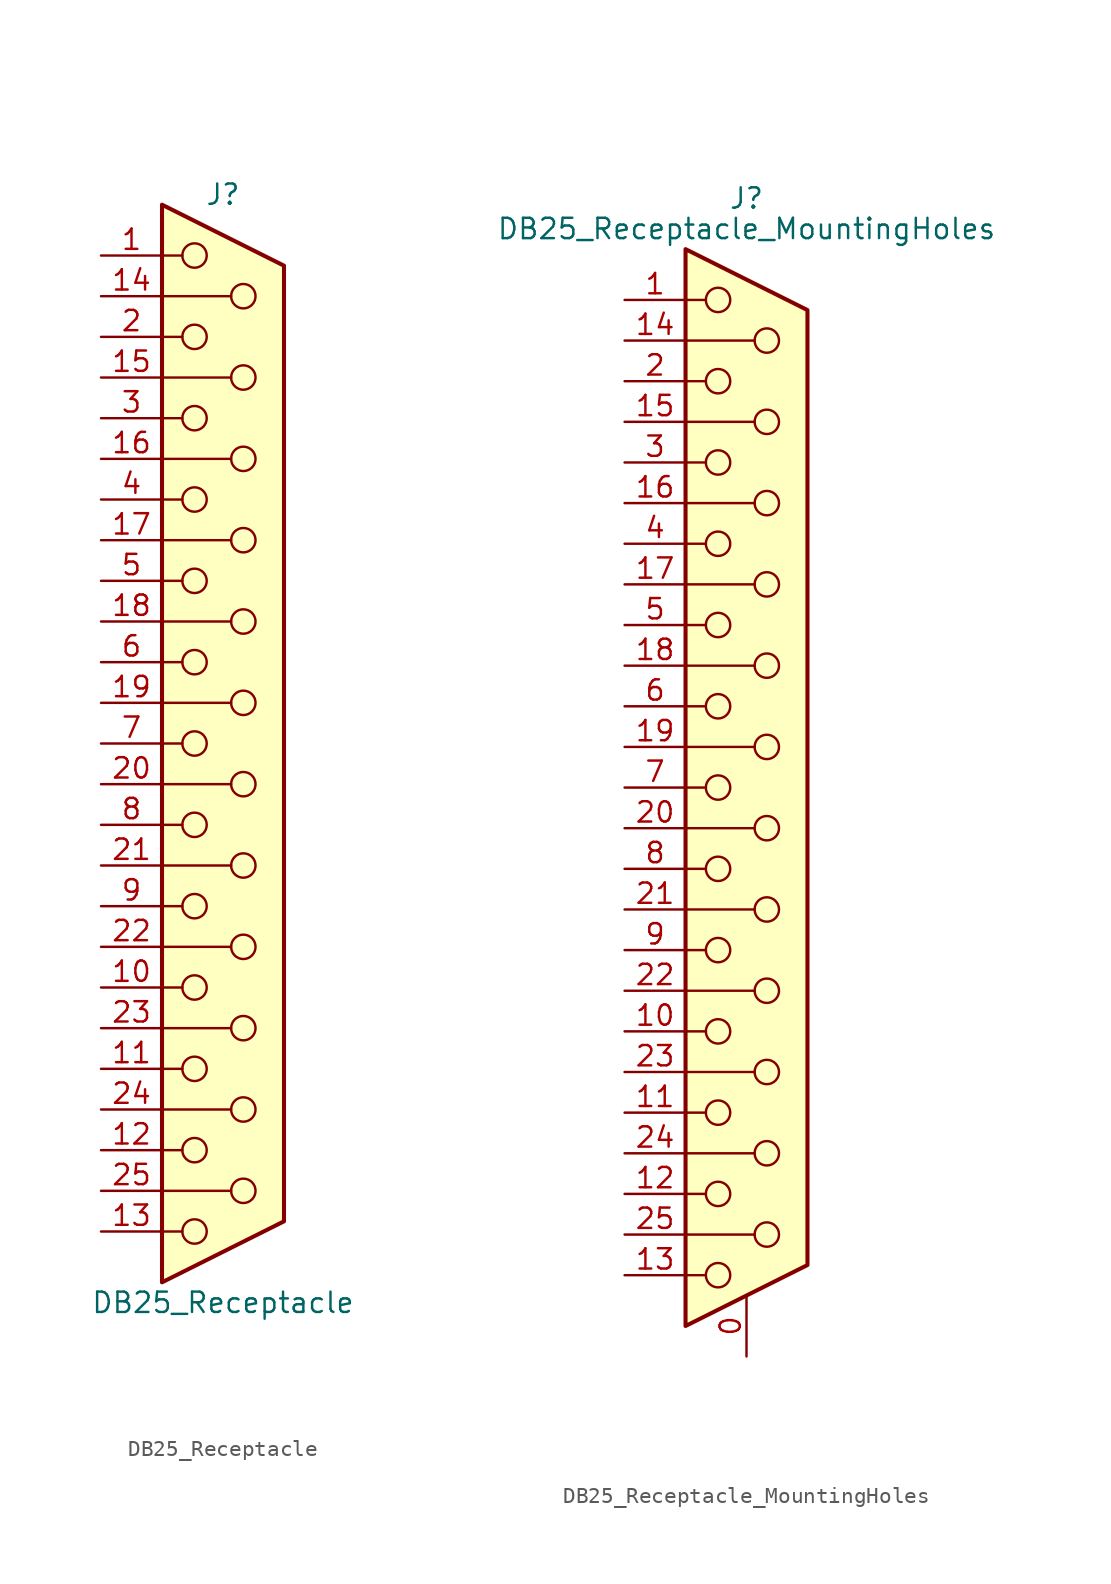
<source format=kicad_sym>
(kicad_symbol_lib
  (version 20220914)
  (generator kicad_symbol_editor)
  (symbol "DB25_Receptacle"
    (pin_names
      (offset 1.016) hide)
    (property "Reference" "J"
      (at 0 34.29 0)
      (effects (font (size 1.27 1.27))))
    (property "Value" "DB25_Receptacle"
      (at 0 -34.925 0)
      (effects (font (size 1.27 1.27))))
    (symbol "DB25_Receptacle_0_1"
      (circle (center -1.778 -30.48) (radius 0.762) (stroke (width 0) (type default)) (fill (type none)))
      (circle (center -1.778 -25.4) (radius 0.762) (stroke (width 0) (type default)) (fill (type none)))
      (circle (center -1.778 -20.32) (radius 0.762) (stroke (width 0) (type default)) (fill (type none)))
      (circle (center -1.778 -15.24) (radius 0.762) (stroke (width 0) (type default)) (fill (type none)))
      (circle (center -1.778 -10.16) (radius 0.762) (stroke (width 0) (type default)) (fill (type none)))
      (circle (center -1.778 -5.08) (radius 0.762) (stroke (width 0) (type default)) (fill (type none)))
      (circle (center -1.778 0) (radius 0.762) (stroke (width 0) (type default)) (fill (type none)))
      (circle (center -1.778 5.08) (radius 0.762) (stroke (width 0) (type default)) (fill (type none)))
      (circle (center -1.778 10.16) (radius 0.762) (stroke (width 0) (type default)) (fill (type none)))
      (circle (center -1.778 15.24) (radius 0.762) (stroke (width 0) (type default)) (fill (type none)))
      (circle (center -1.778 20.32) (radius 0.762) (stroke (width 0) (type default)) (fill (type none)))
      (circle (center -1.778 25.4) (radius 0.762) (stroke (width 0) (type default)) (fill (type none)))
      (circle (center -1.778 30.48) (radius 0.762) (stroke (width 0) (type default)) (fill (type none)))
      (polyline (pts (xy -3.81 -30.48) (xy -2.54 -30.48)) (stroke (width 0) (type default)) (fill (type none)))
      (polyline (pts (xy -3.81 -27.94) (xy 0.508 -27.94)) (stroke (width 0) (type default)) (fill (type none)))
      (polyline (pts (xy -3.81 -25.4) (xy -2.54 -25.4)) (stroke (width 0) (type default)) (fill (type none)))
      (polyline (pts (xy -3.81 -22.86) (xy 0.508 -22.86)) (stroke (width 0) (type default)) (fill (type none)))
      (polyline (pts (xy -3.81 -20.32) (xy -2.54 -20.32)) (stroke (width 0) (type default)) (fill (type none)))
      (polyline (pts (xy -3.81 -17.78) (xy 0.508 -17.78)) (stroke (width 0) (type default)) (fill (type none)))
      (polyline (pts (xy -3.81 -15.24) (xy -2.54 -15.24)) (stroke (width 0) (type default)) (fill (type none)))
      (polyline (pts (xy -3.81 -12.7) (xy 0.508 -12.7)) (stroke (width 0) (type default)) (fill (type none)))
      (polyline (pts (xy -3.81 -10.16) (xy -2.54 -10.16)) (stroke (width 0) (type default)) (fill (type none)))
      (polyline (pts (xy -3.81 -7.62) (xy 0.508 -7.62)) (stroke (width 0) (type default)) (fill (type none)))
      (polyline (pts (xy -3.81 -5.08) (xy -2.54 -5.08)) (stroke (width 0) (type default)) (fill (type none)))
      (polyline (pts (xy -3.81 -2.54) (xy 0.508 -2.54)) (stroke (width 0) (type default)) (fill (type none)))
      (polyline (pts (xy -3.81 0) (xy -2.54 0)) (stroke (width 0) (type default)) (fill (type none)))
      (polyline (pts (xy -3.81 2.54) (xy 0.508 2.54)) (stroke (width 0) (type default)) (fill (type none)))
      (polyline (pts (xy -3.81 5.08) (xy -2.54 5.08)) (stroke (width 0) (type default)) (fill (type none)))
      (polyline (pts (xy -3.81 7.62) (xy 0.508 7.62)) (stroke (width 0) (type default)) (fill (type none)))
      (polyline (pts (xy -3.81 10.16) (xy -2.54 10.16)) (stroke (width 0) (type default)) (fill (type none)))
      (polyline (pts (xy -3.81 12.7) (xy 0.508 12.7)) (stroke (width 0) (type default)) (fill (type none)))
      (polyline (pts (xy -3.81 15.24) (xy -2.54 15.24)) (stroke (width 0) (type default)) (fill (type none)))
      (polyline (pts (xy -3.81 17.78) (xy 0.508 17.78)) (stroke (width 0) (type default)) (fill (type none)))
      (polyline (pts (xy -3.81 20.32) (xy -2.54 20.32)) (stroke (width 0) (type default)) (fill (type none)))
      (polyline (pts (xy -3.81 22.86) (xy 0.508 22.86)) (stroke (width 0) (type default)) (fill (type none)))
      (polyline (pts (xy -3.81 25.4) (xy -2.54 25.4)) (stroke (width 0) (type default)) (fill (type none)))
      (polyline (pts (xy -3.81 27.94) (xy 0.508 27.94)) (stroke (width 0) (type default)) (fill (type none)))
      (polyline (pts (xy -3.81 30.48) (xy -2.54 30.48)) (stroke (width 0) (type default)) (fill (type none)))
      (polyline (pts (xy -3.81 33.655) (xy 3.81 29.845) (xy 3.81 -29.845) (xy -3.81 -33.655) (xy -3.81 33.655)) (stroke (width 0.254) (type default)) (fill (type background)))
      (circle (center 1.27 -27.94) (radius 0.762) (stroke (width 0) (type default)) (fill (type none)))
      (circle (center 1.27 -22.86) (radius 0.762) (stroke (width 0) (type default)) (fill (type none)))
      (circle (center 1.27 -17.78) (radius 0.762) (stroke (width 0) (type default)) (fill (type none)))
      (circle (center 1.27 -12.7) (radius 0.762) (stroke (width 0) (type default)) (fill (type none)))
      (circle (center 1.27 -7.62) (radius 0.762) (stroke (width 0) (type default)) (fill (type none)))
      (circle (center 1.27 -2.54) (radius 0.762) (stroke (width 0) (type default)) (fill (type none)))
      (circle (center 1.27 2.54) (radius 0.762) (stroke (width 0) (type default)) (fill (type none)))
      (circle (center 1.27 7.62) (radius 0.762) (stroke (width 0) (type default)) (fill (type none)))
      (circle (center 1.27 12.7) (radius 0.762) (stroke (width 0) (type default)) (fill (type none)))
      (circle (center 1.27 17.78) (radius 0.762) (stroke (width 0) (type default)) (fill (type none)))
      (circle (center 1.27 22.86) (radius 0.762) (stroke (width 0) (type default)) (fill (type none)))
      (circle (center 1.27 27.94) (radius 0.762) (stroke (width 0) (type default)) (fill (type none))))
    (symbol "DB25_Receptacle_1_1"
      (pin passive line (at -7.62 30.48 0) (length 3.81) (name "1" (effects (font (size 1.27 1.27)))) (number "1" (effects (font (size 1.27 1.27)))))
      (pin passive line (at -7.62 -15.24 0) (length 3.81) (name "10" (effects (font (size 1.27 1.27)))) (number "10" (effects (font (size 1.27 1.27)))))
      (pin passive line (at -7.62 -20.32 0) (length 3.81) (name "11" (effects (font (size 1.27 1.27)))) (number "11" (effects (font (size 1.27 1.27)))))
      (pin passive line (at -7.62 -25.4 0) (length 3.81) (name "12" (effects (font (size 1.27 1.27)))) (number "12" (effects (font (size 1.27 1.27)))))
      (pin passive line (at -7.62 -30.48 0) (length 3.81) (name "13" (effects (font (size 1.27 1.27)))) (number "13" (effects (font (size 1.27 1.27)))))
      (pin passive line (at -7.62 27.94 0) (length 3.81) (name "P14" (effects (font (size 1.27 1.27)))) (number "14" (effects (font (size 1.27 1.27)))))
      (pin passive line (at -7.62 22.86 0) (length 3.81) (name "P15" (effects (font (size 1.27 1.27)))) (number "15" (effects (font (size 1.27 1.27)))))
      (pin passive line (at -7.62 17.78 0) (length 3.81) (name "P16" (effects (font (size 1.27 1.27)))) (number "16" (effects (font (size 1.27 1.27)))))
      (pin passive line (at -7.62 12.7 0) (length 3.81) (name "P17" (effects (font (size 1.27 1.27)))) (number "17" (effects (font (size 1.27 1.27)))))
      (pin passive line (at -7.62 7.62 0) (length 3.81) (name "P18" (effects (font (size 1.27 1.27)))) (number "18" (effects (font (size 1.27 1.27)))))
      (pin passive line (at -7.62 2.54 0) (length 3.81) (name "P19" (effects (font (size 1.27 1.27)))) (number "19" (effects (font (size 1.27 1.27)))))
      (pin passive line (at -7.62 25.4 0) (length 3.81) (name "2" (effects (font (size 1.27 1.27)))) (number "2" (effects (font (size 1.27 1.27)))))
      (pin passive line (at -7.62 -2.54 0) (length 3.81) (name "P20" (effects (font (size 1.27 1.27)))) (number "20" (effects (font (size 1.27 1.27)))))
      (pin passive line (at -7.62 -7.62 0) (length 3.81) (name "P21" (effects (font (size 1.27 1.27)))) (number "21" (effects (font (size 1.27 1.27)))))
      (pin passive line (at -7.62 -12.7 0) (length 3.81) (name "P22" (effects (font (size 1.27 1.27)))) (number "22" (effects (font (size 1.27 1.27)))))
      (pin passive line (at -7.62 -17.78 0) (length 3.81) (name "P23" (effects (font (size 1.27 1.27)))) (number "23" (effects (font (size 1.27 1.27)))))
      (pin passive line (at -7.62 -22.86 0) (length 3.81) (name "P24" (effects (font (size 1.27 1.27)))) (number "24" (effects (font (size 1.27 1.27)))))
      (pin passive line (at -7.62 -27.94 0) (length 3.81) (name "P25" (effects (font (size 1.27 1.27)))) (number "25" (effects (font (size 1.27 1.27)))))
      (pin passive line (at -7.62 20.32 0) (length 3.81) (name "3" (effects (font (size 1.27 1.27)))) (number "3" (effects (font (size 1.27 1.27)))))
      (pin passive line (at -7.62 15.24 0) (length 3.81) (name "4" (effects (font (size 1.27 1.27)))) (number "4" (effects (font (size 1.27 1.27)))))
      (pin passive line (at -7.62 10.16 0) (length 3.81) (name "5" (effects (font (size 1.27 1.27)))) (number "5" (effects (font (size 1.27 1.27)))))
      (pin passive line (at -7.62 5.08 0) (length 3.81) (name "6" (effects (font (size 1.27 1.27)))) (number "6" (effects (font (size 1.27 1.27)))))
      (pin passive line (at -7.62 0 0) (length 3.81) (name "7" (effects (font (size 1.27 1.27)))) (number "7" (effects (font (size 1.27 1.27)))))
      (pin passive line (at -7.62 -5.08 0) (length 3.81) (name "8" (effects (font (size 1.27 1.27)))) (number "8" (effects (font (size 1.27 1.27)))))
      (pin passive line (at -7.62 -10.16 0) (length 3.81) (name "9" (effects (font (size 1.27 1.27)))) (number "9" (effects (font (size 1.27 1.27)))))))
  (symbol "DB25_Receptacle_MountingHoles"
    (pin_names
      (offset 1.016) hide)
    (property "Reference" "J"
      (at 0 36.83 0)
      (effects (font (size 1.27 1.27))))
    (property "Value" "DB25_Receptacle_MountingHoles"
      (at 0 34.925 0)
      (effects (font (size 1.27 1.27))))
    (symbol "DB25_Receptacle_MountingHoles_0_1"
      (circle (center -1.778 -30.48) (radius 0.762) (stroke (width 0) (type default)) (fill (type none)))
      (circle (center -1.778 -25.4) (radius 0.762) (stroke (width 0) (type default)) (fill (type none)))
      (circle (center -1.778 -20.32) (radius 0.762) (stroke (width 0) (type default)) (fill (type none)))
      (circle (center -1.778 -15.24) (radius 0.762) (stroke (width 0) (type default)) (fill (type none)))
      (circle (center -1.778 -10.16) (radius 0.762) (stroke (width 0) (type default)) (fill (type none)))
      (circle (center -1.778 -5.08) (radius 0.762) (stroke (width 0) (type default)) (fill (type none)))
      (circle (center -1.778 0) (radius 0.762) (stroke (width 0) (type default)) (fill (type none)))
      (circle (center -1.778 5.08) (radius 0.762) (stroke (width 0) (type default)) (fill (type none)))
      (circle (center -1.778 10.16) (radius 0.762) (stroke (width 0) (type default)) (fill (type none)))
      (circle (center -1.778 15.24) (radius 0.762) (stroke (width 0) (type default)) (fill (type none)))
      (circle (center -1.778 20.32) (radius 0.762) (stroke (width 0) (type default)) (fill (type none)))
      (circle (center -1.778 25.4) (radius 0.762) (stroke (width 0) (type default)) (fill (type none)))
      (circle (center -1.778 30.48) (radius 0.762) (stroke (width 0) (type default)) (fill (type none)))
      (polyline (pts (xy -3.81 -30.48) (xy -2.54 -30.48)) (stroke (width 0) (type default)) (fill (type none)))
      (polyline (pts (xy -3.81 -27.94) (xy 0.508 -27.94)) (stroke (width 0) (type default)) (fill (type none)))
      (polyline (pts (xy -3.81 -25.4) (xy -2.54 -25.4)) (stroke (width 0) (type default)) (fill (type none)))
      (polyline (pts (xy -3.81 -22.86) (xy 0.508 -22.86)) (stroke (width 0) (type default)) (fill (type none)))
      (polyline (pts (xy -3.81 -20.32) (xy -2.54 -20.32)) (stroke (width 0) (type default)) (fill (type none)))
      (polyline (pts (xy -3.81 -17.78) (xy 0.508 -17.78)) (stroke (width 0) (type default)) (fill (type none)))
      (polyline (pts (xy -3.81 -15.24) (xy -2.54 -15.24)) (stroke (width 0) (type default)) (fill (type none)))
      (polyline (pts (xy -3.81 -12.7) (xy 0.508 -12.7)) (stroke (width 0) (type default)) (fill (type none)))
      (polyline (pts (xy -3.81 -10.16) (xy -2.54 -10.16)) (stroke (width 0) (type default)) (fill (type none)))
      (polyline (pts (xy -3.81 -7.62) (xy 0.508 -7.62)) (stroke (width 0) (type default)) (fill (type none)))
      (polyline (pts (xy -3.81 -5.08) (xy -2.54 -5.08)) (stroke (width 0) (type default)) (fill (type none)))
      (polyline (pts (xy -3.81 -2.54) (xy 0.508 -2.54)) (stroke (width 0) (type default)) (fill (type none)))
      (polyline (pts (xy -3.81 0) (xy -2.54 0)) (stroke (width 0) (type default)) (fill (type none)))
      (polyline (pts (xy -3.81 2.54) (xy 0.508 2.54)) (stroke (width 0) (type default)) (fill (type none)))
      (polyline (pts (xy -3.81 5.08) (xy -2.54 5.08)) (stroke (width 0) (type default)) (fill (type none)))
      (polyline (pts (xy -3.81 7.62) (xy 0.508 7.62)) (stroke (width 0) (type default)) (fill (type none)))
      (polyline (pts (xy -3.81 10.16) (xy -2.54 10.16)) (stroke (width 0) (type default)) (fill (type none)))
      (polyline (pts (xy -3.81 12.7) (xy 0.508 12.7)) (stroke (width 0) (type default)) (fill (type none)))
      (polyline (pts (xy -3.81 15.24) (xy -2.54 15.24)) (stroke (width 0) (type default)) (fill (type none)))
      (polyline (pts (xy -3.81 17.78) (xy 0.508 17.78)) (stroke (width 0) (type default)) (fill (type none)))
      (polyline (pts (xy -3.81 20.32) (xy -2.54 20.32)) (stroke (width 0) (type default)) (fill (type none)))
      (polyline (pts (xy -3.81 22.86) (xy 0.508 22.86)) (stroke (width 0) (type default)) (fill (type none)))
      (polyline (pts (xy -3.81 25.4) (xy -2.54 25.4)) (stroke (width 0) (type default)) (fill (type none)))
      (polyline (pts (xy -3.81 27.94) (xy 0.508 27.94)) (stroke (width 0) (type default)) (fill (type none)))
      (polyline (pts (xy -3.81 30.48) (xy -2.54 30.48)) (stroke (width 0) (type default)) (fill (type none)))
      (polyline (pts (xy -3.81 33.655) (xy 3.81 29.845) (xy 3.81 -29.845) (xy -3.81 -33.655) (xy -3.81 33.655)) (stroke (width 0.254) (type default)) (fill (type background)))
      (circle (center 1.27 -27.94) (radius 0.762) (stroke (width 0) (type default)) (fill (type none)))
      (circle (center 1.27 -22.86) (radius 0.762) (stroke (width 0) (type default)) (fill (type none)))
      (circle (center 1.27 -17.78) (radius 0.762) (stroke (width 0) (type default)) (fill (type none)))
      (circle (center 1.27 -12.7) (radius 0.762) (stroke (width 0) (type default)) (fill (type none)))
      (circle (center 1.27 -7.62) (radius 0.762) (stroke (width 0) (type default)) (fill (type none)))
      (circle (center 1.27 -2.54) (radius 0.762) (stroke (width 0) (type default)) (fill (type none)))
      (circle (center 1.27 2.54) (radius 0.762) (stroke (width 0) (type default)) (fill (type none)))
      (circle (center 1.27 7.62) (radius 0.762) (stroke (width 0) (type default)) (fill (type none)))
      (circle (center 1.27 12.7) (radius 0.762) (stroke (width 0) (type default)) (fill (type none)))
      (circle (center 1.27 17.78) (radius 0.762) (stroke (width 0) (type default)) (fill (type none)))
      (circle (center 1.27 22.86) (radius 0.762) (stroke (width 0) (type default)) (fill (type none)))
      (circle (center 1.27 27.94) (radius 0.762) (stroke (width 0) (type default)) (fill (type none))))
    (symbol "DB25_Receptacle_MountingHoles_1_1"
      (pin passive line (at 0 -35.56 90) (length 3.81) (name "PAD" (effects (font (size 1.27 1.27)))) (number "0" (effects (font (size 1.27 1.27)))))
      (pin passive line (at -7.62 30.48 0) (length 3.81) (name "1" (effects (font (size 1.27 1.27)))) (number "1" (effects (font (size 1.27 1.27)))))
      (pin passive line (at -7.62 -15.24 0) (length 3.81) (name "10" (effects (font (size 1.27 1.27)))) (number "10" (effects (font (size 1.27 1.27)))))
      (pin passive line (at -7.62 -20.32 0) (length 3.81) (name "11" (effects (font (size 1.27 1.27)))) (number "11" (effects (font (size 1.27 1.27)))))
      (pin passive line (at -7.62 -25.4 0) (length 3.81) (name "12" (effects (font (size 1.27 1.27)))) (number "12" (effects (font (size 1.27 1.27)))))
      (pin passive line (at -7.62 -30.48 0) (length 3.81) (name "13" (effects (font (size 1.27 1.27)))) (number "13" (effects (font (size 1.27 1.27)))))
      (pin passive line (at -7.62 27.94 0) (length 3.81) (name "P14" (effects (font (size 1.27 1.27)))) (number "14" (effects (font (size 1.27 1.27)))))
      (pin passive line (at -7.62 22.86 0) (length 3.81) (name "P15" (effects (font (size 1.27 1.27)))) (number "15" (effects (font (size 1.27 1.27)))))
      (pin passive line (at -7.62 17.78 0) (length 3.81) (name "P16" (effects (font (size 1.27 1.27)))) (number "16" (effects (font (size 1.27 1.27)))))
      (pin passive line (at -7.62 12.7 0) (length 3.81) (name "P17" (effects (font (size 1.27 1.27)))) (number "17" (effects (font (size 1.27 1.27)))))
      (pin passive line (at -7.62 7.62 0) (length 3.81) (name "P18" (effects (font (size 1.27 1.27)))) (number "18" (effects (font (size 1.27 1.27)))))
      (pin passive line (at -7.62 2.54 0) (length 3.81) (name "P19" (effects (font (size 1.27 1.27)))) (number "19" (effects (font (size 1.27 1.27)))))
      (pin passive line (at -7.62 25.4 0) (length 3.81) (name "2" (effects (font (size 1.27 1.27)))) (number "2" (effects (font (size 1.27 1.27)))))
      (pin passive line (at -7.62 -2.54 0) (length 3.81) (name "P20" (effects (font (size 1.27 1.27)))) (number "20" (effects (font (size 1.27 1.27)))))
      (pin passive line (at -7.62 -7.62 0) (length 3.81) (name "P21" (effects (font (size 1.27 1.27)))) (number "21" (effects (font (size 1.27 1.27)))))
      (pin passive line (at -7.62 -12.7 0) (length 3.81) (name "P22" (effects (font (size 1.27 1.27)))) (number "22" (effects (font (size 1.27 1.27)))))
      (pin passive line (at -7.62 -17.78 0) (length 3.81) (name "P23" (effects (font (size 1.27 1.27)))) (number "23" (effects (font (size 1.27 1.27)))))
      (pin passive line (at -7.62 -22.86 0) (length 3.81) (name "P24" (effects (font (size 1.27 1.27)))) (number "24" (effects (font (size 1.27 1.27)))))
      (pin passive line (at -7.62 -27.94 0) (length 3.81) (name "P25" (effects (font (size 1.27 1.27)))) (number "25" (effects (font (size 1.27 1.27)))))
      (pin passive line (at -7.62 20.32 0) (length 3.81) (name "3" (effects (font (size 1.27 1.27)))) (number "3" (effects (font (size 1.27 1.27)))))
      (pin passive line (at -7.62 15.24 0) (length 3.81) (name "4" (effects (font (size 1.27 1.27)))) (number "4" (effects (font (size 1.27 1.27)))))
      (pin passive line (at -7.62 10.16 0) (length 3.81) (name "5" (effects (font (size 1.27 1.27)))) (number "5" (effects (font (size 1.27 1.27)))))
      (pin passive line (at -7.62 5.08 0) (length 3.81) (name "6" (effects (font (size 1.27 1.27)))) (number "6" (effects (font (size 1.27 1.27)))))
      (pin passive line (at -7.62 0 0) (length 3.81) (name "7" (effects (font (size 1.27 1.27)))) (number "7" (effects (font (size 1.27 1.27)))))
      (pin passive line (at -7.62 -5.08 0) (length 3.81) (name "8" (effects (font (size 1.27 1.27)))) (number "8" (effects (font (size 1.27 1.27)))))
      (pin passive line (at -7.62 -10.16 0) (length 3.81) (name "9" (effects (font (size 1.27 1.27)))) (number "9" (effects (font (size 1.27 1.27))))))))
</source>
